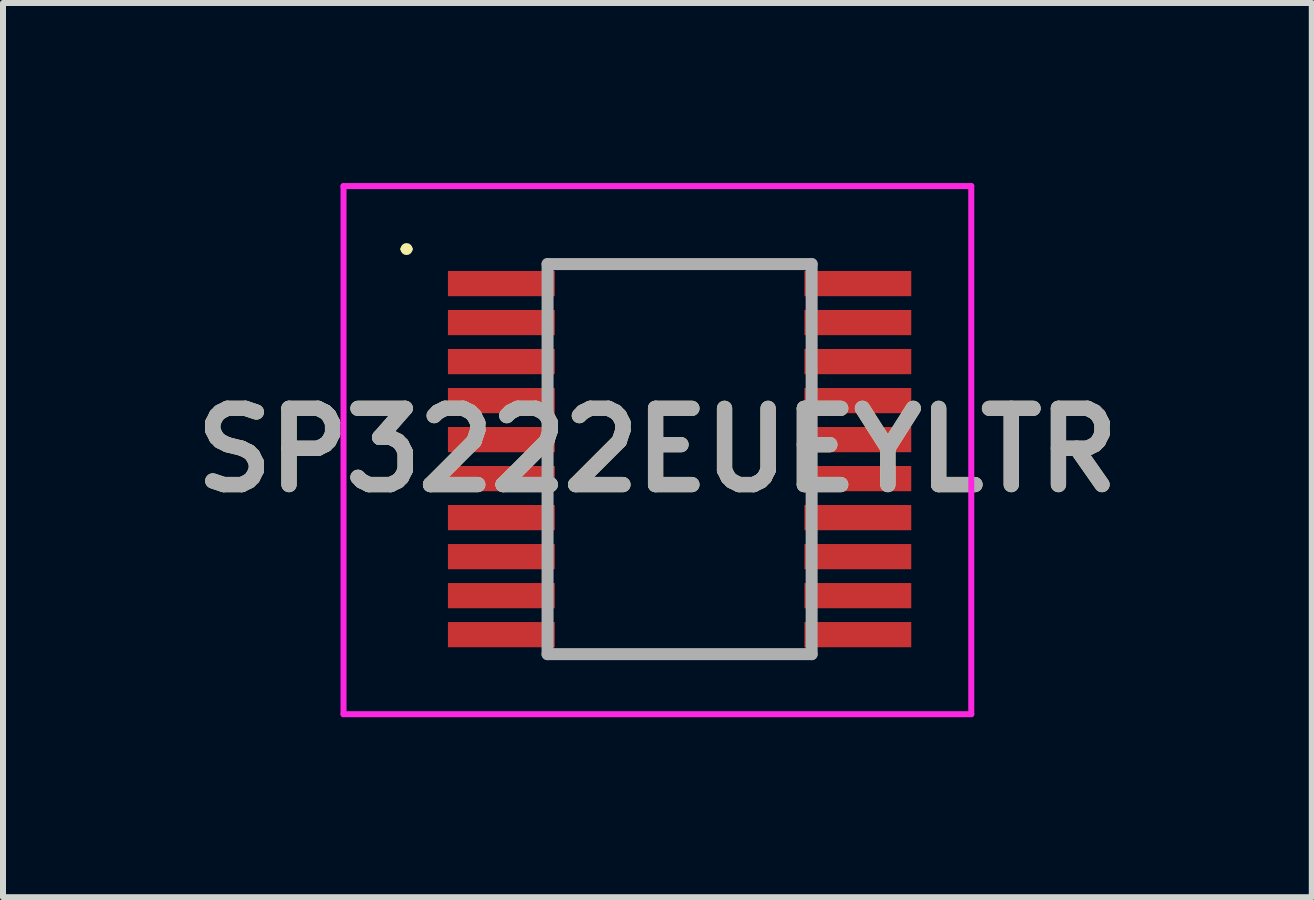
<source format=kicad_pcb>
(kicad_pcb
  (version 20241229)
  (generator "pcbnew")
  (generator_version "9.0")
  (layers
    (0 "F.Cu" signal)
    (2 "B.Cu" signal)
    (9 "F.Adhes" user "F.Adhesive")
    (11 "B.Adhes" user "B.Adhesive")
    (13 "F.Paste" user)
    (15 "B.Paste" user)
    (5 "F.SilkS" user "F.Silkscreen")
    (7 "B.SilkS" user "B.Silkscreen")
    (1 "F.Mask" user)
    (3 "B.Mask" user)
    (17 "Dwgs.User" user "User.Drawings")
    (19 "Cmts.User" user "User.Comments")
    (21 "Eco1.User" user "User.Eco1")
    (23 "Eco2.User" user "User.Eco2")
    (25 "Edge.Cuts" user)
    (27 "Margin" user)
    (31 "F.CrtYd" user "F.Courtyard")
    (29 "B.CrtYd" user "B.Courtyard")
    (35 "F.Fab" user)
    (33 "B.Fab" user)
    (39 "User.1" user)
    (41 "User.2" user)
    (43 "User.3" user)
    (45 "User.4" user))
  (footprint "SP3222EUEYLTR"
    (layer "F.Cu")
    (at 8.274 4.6)
    (property "Reference" "SP3222EUEYLTR" (at -0.37 -0.15 0) (layer "F.SilkS") (effects (font (size 1.27 1.27) (thickness 0.254))))
    (attr smd)
    (fp_line (start -4.6 -3.5) (end -4.6 -3.5) (stroke (width 0.1) (type solid)) (layer "F.SilkS"))
    (fp_line (start -4.5 -3.5) (end -4.5 -3.5) (stroke (width 0.1) (type solid)) (layer "F.SilkS"))
    (fp_line (start -1.5 -3.25) (end 1.5 -3.25) (stroke (width 0.1) (type solid)) (layer "F.SilkS"))
    (fp_line (start -1.5 3.25) (end 1 3.25) (stroke (width 0.1) (type solid)) (layer "F.SilkS"))
    (fp_arc (start -4.6 -3.5) (mid -4.55 -3.55) (end -4.5 -3.5) (stroke (width 0.1) (type solid)) (layer "F.SilkS"))
    (fp_arc (start -4.5 -3.5) (mid -4.55 -3.45) (end -4.6 -3.5) (stroke (width 0.1) (type solid)) (layer "F.SilkS"))
    (fp_line (start -5.6 -4.55) (end 4.86 -4.55) (stroke (width 0.1) (type solid)) (layer "F.CrtYd"))
    (fp_line (start -5.6 4.25) (end -5.6 -4.55) (stroke (width 0.1) (type solid)) (layer "F.CrtYd"))
    (fp_line (start 4.86 -4.55) (end 4.86 4.25) (stroke (width 0.1) (type solid)) (layer "F.CrtYd"))
    (fp_line (start 4.86 4.25) (end -5.6 4.25) (stroke (width 0.1) (type solid)) (layer "F.CrtYd"))
    (fp_line (start -2.2 -3.25) (end 2.2 -3.25) (stroke (width 0.2) (type solid)) (layer "F.Fab"))
    (fp_line (start -2.2 3.25) (end -2.2 -3.25) (stroke (width 0.2) (type solid)) (layer "F.Fab"))
    (fp_line (start 2.2 -3.25) (end 2.2 3.25) (stroke (width 0.2) (type solid)) (layer "F.Fab"))
    (fp_line (start 2.2 3.25) (end -2.2 3.25) (stroke (width 0.2) (type solid)) (layer "F.Fab"))
    (fp_text user "${REFERENCE}" (at -0.37 -0.15 0) (layer "F.Fab") (effects (font (size 1.27 1.27) (thickness 0.254))))
    (pad "1" smd rect (at -2.97 -2.925 90) (size 0.42 1.78) (layers "F.Cu" "F.Mask" "F.Paste"))
    (pad "2" smd rect (at -2.97 -2.275 90) (size 0.42 1.78) (layers "F.Cu" "F.Mask" "F.Paste"))
    (pad "3" smd rect (at -2.97 -1.625 90) (size 0.42 1.78) (layers "F.Cu" "F.Mask" "F.Paste"))
    (pad "4" smd rect (at -2.97 -0.975 90) (size 0.42 1.78) (layers "F.Cu" "F.Mask" "F.Paste"))
    (pad "5" smd rect (at -2.97 -0.325 90) (size 0.42 1.78) (layers "F.Cu" "F.Mask" "F.Paste"))
    (pad "6" smd rect (at -2.97 0.325 90) (size 0.42 1.78) (layers "F.Cu" "F.Mask" "F.Paste"))
    (pad "7" smd rect (at -2.97 0.975 90) (size 0.42 1.78) (layers "F.Cu" "F.Mask" "F.Paste"))
    (pad "8" smd rect (at -2.97 1.625 90) (size 0.42 1.78) (layers "F.Cu" "F.Mask" "F.Paste"))
    (pad "9" smd rect (at -2.97 2.275 90) (size 0.42 1.78) (layers "F.Cu" "F.Mask" "F.Paste"))
    (pad "10" smd rect (at -2.97 2.925 90) (size 0.42 1.78) (layers "F.Cu" "F.Mask" "F.Paste"))
    (pad "11" smd rect (at 2.97 2.925 90) (size 0.42 1.78) (layers "F.Cu" "F.Mask" "F.Paste"))
    (pad "12" smd rect (at 2.97 2.275 90) (size 0.42 1.78) (layers "F.Cu" "F.Mask" "F.Paste"))
    (pad "13" smd rect (at 2.97 1.625 90) (size 0.42 1.78) (layers "F.Cu" "F.Mask" "F.Paste"))
    (pad "14" smd rect (at 2.97 0.975 90) (size 0.42 1.78) (layers "F.Cu" "F.Mask" "F.Paste"))
    (pad "15" smd rect (at 2.97 0.325 90) (size 0.42 1.78) (layers "F.Cu" "F.Mask" "F.Paste"))
    (pad "16" smd rect (at 2.97 -0.325 90) (size 0.42 1.78) (layers "F.Cu" "F.Mask" "F.Paste"))
    (pad "17" smd rect (at 2.97 -0.975 90) (size 0.42 1.78) (layers "F.Cu" "F.Mask" "F.Paste"))
    (pad "18" smd rect (at 2.97 -1.625 90) (size 0.42 1.78) (layers "F.Cu" "F.Mask" "F.Paste"))
    (pad "19" smd rect (at 2.97 -2.275 90) (size 0.42 1.78) (layers "F.Cu" "F.Mask" "F.Paste"))
    (pad "20" smd rect (at 2.97 -2.925 90) (size 0.42 1.78) (layers "F.Cu" "F.Mask" "F.Paste")))
  (gr_rect
    (start -3 -3)
    (end 18.808 11.9)
    (stroke (width 0.1) (type default))
    (fill no)
    (layer "Edge.Cuts")))
</source>
